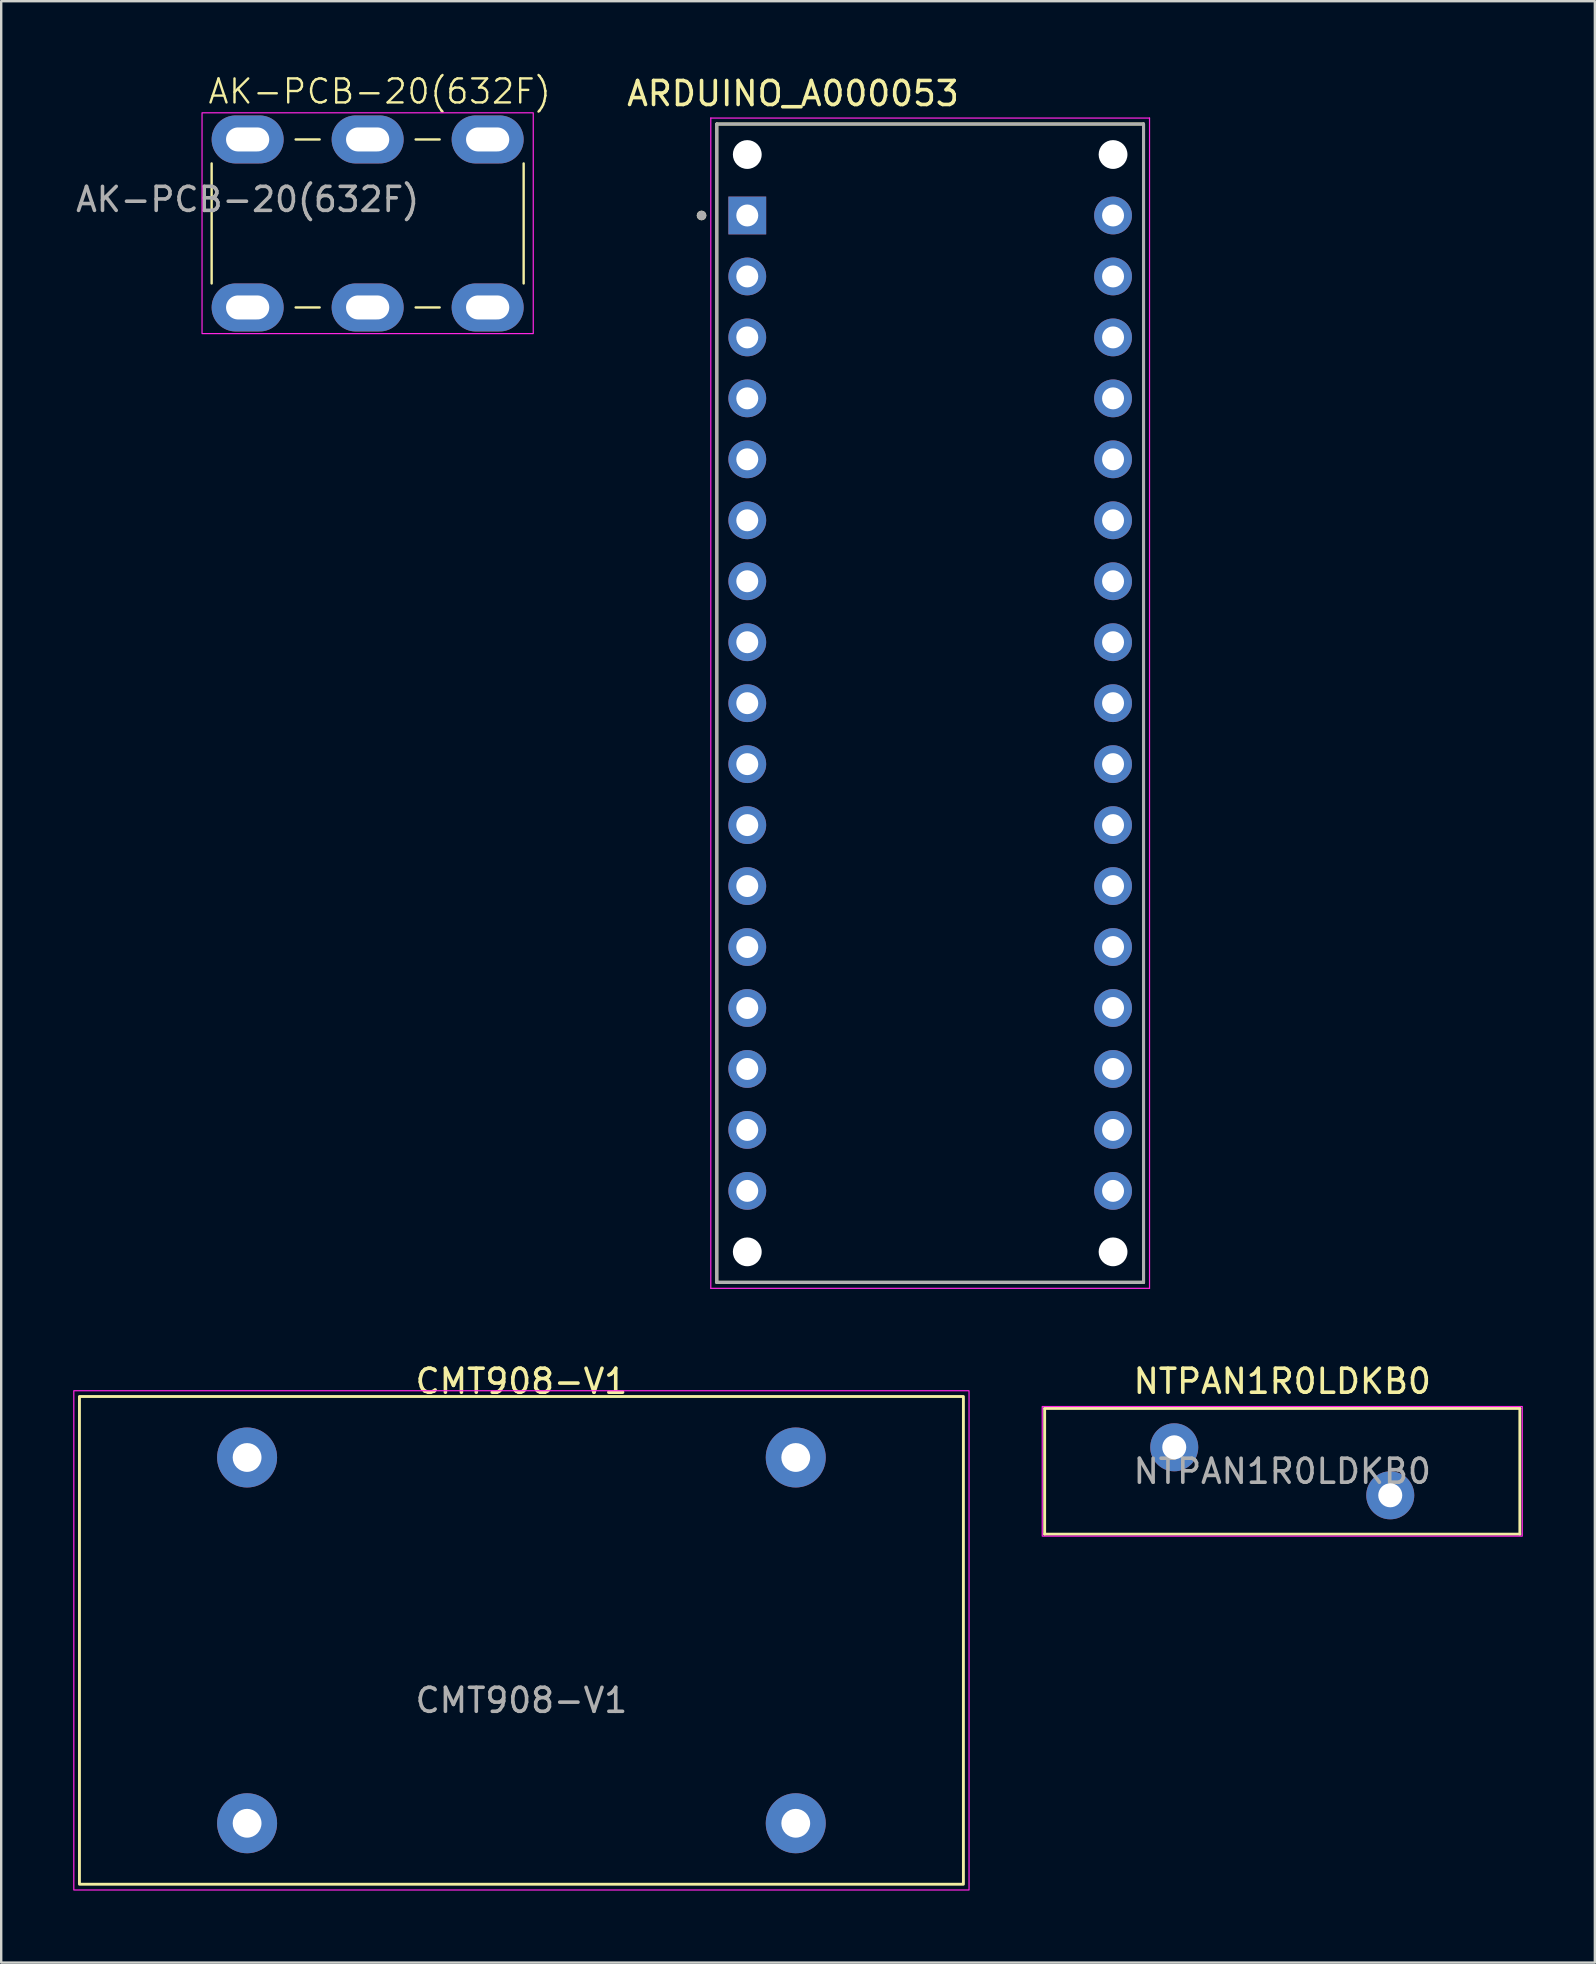
<source format=kicad_pcb>
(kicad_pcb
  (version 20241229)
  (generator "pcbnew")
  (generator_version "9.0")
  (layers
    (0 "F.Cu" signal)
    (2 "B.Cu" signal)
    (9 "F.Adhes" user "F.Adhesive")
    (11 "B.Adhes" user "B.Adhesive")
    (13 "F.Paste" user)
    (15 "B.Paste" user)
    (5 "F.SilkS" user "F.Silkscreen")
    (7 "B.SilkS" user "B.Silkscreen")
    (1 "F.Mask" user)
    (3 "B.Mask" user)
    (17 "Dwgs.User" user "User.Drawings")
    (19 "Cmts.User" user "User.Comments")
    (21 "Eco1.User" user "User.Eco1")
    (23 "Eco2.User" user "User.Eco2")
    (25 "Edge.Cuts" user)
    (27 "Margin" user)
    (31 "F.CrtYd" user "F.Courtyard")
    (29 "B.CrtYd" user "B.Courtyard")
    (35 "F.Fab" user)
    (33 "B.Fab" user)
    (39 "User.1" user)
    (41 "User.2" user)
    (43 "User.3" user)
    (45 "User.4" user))
  (footprint "NTPAN1R0LDKB0"
    (layer "F.Cu")
    (at 45.875 58.252)
    (property "Reference" "NTPAN1R0LDKB0" (at 4.5 -3.75 0) (layer "F.SilkS") (effects (font (size 1 1) (thickness 0.15))))
    (attr through_hole)
    (fp_line (start -5.4 -2.62) (end 14.4 -2.62) (stroke (width 0.12) (type solid)) (layer "F.SilkS"))
    (fp_line (start -5.4 2.62) (end -5.4 -2.62) (stroke (width 0.12) (type solid)) (layer "F.SilkS"))
    (fp_line (start 14.4 -2.62) (end 14.4 2.62) (stroke (width 0.12) (type solid)) (layer "F.SilkS"))
    (fp_line (start 14.4 2.62) (end -5.4 2.62) (stroke (width 0.12) (type solid)) (layer "F.SilkS"))
    (fp_rect (start -5.5 -2.7) (end 14.5 2.7) (stroke (width 0.05) (type solid)) (fill no) (layer "F.CrtYd"))
    (fp_text user "${REFERENCE}" (at 4.5 0 0) (layer "F.Fab") (effects (font (size 1 1) (thickness 0.15))))
    (pad "1" thru_hole circle (at 0 -1) (size 2 2) (drill 1) (layers "*.Cu" "*.Mask"))
    (pad "2" thru_hole circle (at 9 1) (size 2 2) (drill 1) (layers "*.Cu" "*.Mask")))
  (footprint "CMT908-V1"
    (layer "F.Cu")
    (at 18.675 65.296)
    (property "Reference" "CMT908-V1" (at 0 -10.795 0) (unlocked yes) (layer "F.SilkS") (effects (font (size 1 1) (thickness 0.15))))
    (attr smd)
    (fp_rect (start -18.415 -10.16) (end 18.415 10.16) (stroke (width 0.12) (type default)) (fill no) (layer "F.SilkS"))
    (fp_rect (start -18.65 -10.4) (end 18.65 10.4) (stroke (width 0.05) (type default)) (fill no) (layer "F.CrtYd"))
    (fp_text user "${REFERENCE}" (at 0 2.5 0) (unlocked yes) (layer "F.Fab") (effects (font (size 1 1) (thickness 0.15))))
    (pad "1" thru_hole circle (at -11.43 -7.62) (size 2.5 2.5) (drill 1.2) (layers "*.Cu" "*.Mask"))
    (pad "2" thru_hole circle (at -11.43 7.62) (size 2.5 2.5) (drill 1.2) (layers "*.Cu" "*.Mask"))
    (pad "3" thru_hole circle (at 11.43 -7.62) (size 2.5 2.5) (drill 1.2) (layers "*.Cu" "*.Mask"))
    (pad "4" thru_hole circle (at 11.43 7.62) (size 2.5 2.5) (drill 1.2) (layers "*.Cu" "*.Mask")))
  (footprint "ARDUINO_A000053"
    (layer "F.Cu")
    (at 35.705 26.248)
    (property "Reference" "ARDUINO_A000053" (at -5.715 -25.4 0) (layer "F.SilkS") (effects (font (size 1 1) (thickness 0.15))))
    (attr through_hole)
    (fp_line (start -8.89 -24.13) (end 8.89 -24.13) (stroke (width 0.127) (type solid)) (layer "F.SilkS"))
    (fp_line (start -8.89 24.13) (end -8.89 -24.13) (stroke (width 0.127) (type solid)) (layer "F.SilkS"))
    (fp_line (start -8.89 24.13) (end 8.89 24.13) (stroke (width 0.127) (type solid)) (layer "F.SilkS"))
    (fp_line (start 8.89 24.13) (end 8.89 -24.13) (stroke (width 0.127) (type solid)) (layer "F.SilkS"))
    (fp_circle (center -9.525 -20.32) (end -9.425 -20.32) (stroke (width 0.2) (type solid)) (fill no) (layer "F.SilkS"))
    (fp_line (start -9.14 -24.38) (end 9.14 -24.38) (stroke (width 0.05) (type solid)) (layer "F.CrtYd"))
    (fp_line (start -9.14 24.38) (end -9.14 -24.38) (stroke (width 0.05) (type solid)) (layer "F.CrtYd"))
    (fp_line (start -9.14 24.38) (end 9.14 24.38) (stroke (width 0.05) (type solid)) (layer "F.CrtYd"))
    (fp_line (start 9.14 24.38) (end 9.14 -24.38) (stroke (width 0.05) (type solid)) (layer "F.CrtYd"))
    (fp_line (start -8.89 -24.13) (end 8.89 -24.13) (stroke (width 0.127) (type solid)) (layer "F.Fab"))
    (fp_line (start -8.89 24.13) (end -8.89 -24.13) (stroke (width 0.127) (type solid)) (layer "F.Fab"))
    (fp_line (start -8.89 24.13) (end 8.89 24.13) (stroke (width 0.127) (type solid)) (layer "F.Fab"))
    (fp_line (start 8.89 24.13) (end 8.89 -24.13) (stroke (width 0.127) (type solid)) (layer "F.Fab"))
    (fp_circle (center -9.525 -20.32) (end -9.425 -20.32) (stroke (width 0.2) (type solid)) (fill no) (layer "F.Fab"))
    (pad "" np_thru_hole circle (at -7.62 -22.86) (size 1.2 1.2) (drill 1.2) (layers "*.Cu" "*.Mask"))
    (pad "" np_thru_hole circle (at -7.62 22.86) (size 1.2 1.2) (drill 1.2) (layers "*.Cu" "*.Mask"))
    (pad "" np_thru_hole circle (at 7.62 -22.86) (size 1.2 1.2) (drill 1.2) (layers "*.Cu" "*.Mask"))
    (pad "" np_thru_hole circle (at 7.62 22.86) (size 1.2 1.2) (drill 1.2) (layers "*.Cu" "*.Mask"))
    (pad "1" thru_hole rect (at -7.62 -20.32) (size 1.575 1.575) (drill 0.914) (layers "*.Cu" "*.Mask"))
    (pad "2" thru_hole circle (at -7.62 -17.78) (size 1.575 1.575) (drill 0.914) (layers "*.Cu" "*.Mask"))
    (pad "3" thru_hole circle (at -7.62 -15.24) (size 1.575 1.575) (drill 0.914) (layers "*.Cu" "*.Mask"))
    (pad "4" thru_hole circle (at -7.62 -12.7) (size 1.575 1.575) (drill 0.914) (layers "*.Cu" "*.Mask"))
    (pad "5" thru_hole circle (at -7.62 -10.16) (size 1.575 1.575) (drill 0.914) (layers "*.Cu" "*.Mask"))
    (pad "6" thru_hole circle (at -7.62 -7.62) (size 1.575 1.575) (drill 0.914) (layers "*.Cu" "*.Mask"))
    (pad "7" thru_hole circle (at -7.62 -5.08) (size 1.575 1.575) (drill 0.914) (layers "*.Cu" "*.Mask"))
    (pad "8" thru_hole circle (at -7.62 -2.54) (size 1.575 1.575) (drill 0.914) (layers "*.Cu" "*.Mask"))
    (pad "9" thru_hole circle (at -7.62 0) (size 1.575 1.575) (drill 0.914) (layers "*.Cu" "*.Mask"))
    (pad "10" thru_hole circle (at -7.62 2.54) (size 1.575 1.575) (drill 0.914) (layers "*.Cu" "*.Mask"))
    (pad "11" thru_hole circle (at -7.62 5.08) (size 1.575 1.575) (drill 0.914) (layers "*.Cu" "*.Mask"))
    (pad "12" thru_hole circle (at -7.62 7.62) (size 1.575 1.575) (drill 0.914) (layers "*.Cu" "*.Mask"))
    (pad "13" thru_hole circle (at -7.62 10.16) (size 1.575 1.575) (drill 0.914) (layers "*.Cu" "*.Mask"))
    (pad "14" thru_hole circle (at -7.62 12.7) (size 1.575 1.575) (drill 0.914) (layers "*.Cu" "*.Mask"))
    (pad "15" thru_hole circle (at -7.62 15.24) (size 1.575 1.575) (drill 0.914) (layers "*.Cu" "*.Mask"))
    (pad "16" thru_hole circle (at -7.62 17.78) (size 1.575 1.575) (drill 0.914) (layers "*.Cu" "*.Mask"))
    (pad "17" thru_hole circle (at -7.62 20.32) (size 1.575 1.575) (drill 0.914) (layers "*.Cu" "*.Mask"))
    (pad "18" thru_hole circle (at 7.62 20.32) (size 1.575 1.575) (drill 0.914) (layers "*.Cu" "*.Mask"))
    (pad "19" thru_hole circle (at 7.62 17.78) (size 1.575 1.575) (drill 0.914) (layers "*.Cu" "*.Mask"))
    (pad "20" thru_hole circle (at 7.62 15.24) (size 1.575 1.575) (drill 0.914) (layers "*.Cu" "*.Mask"))
    (pad "21" thru_hole circle (at 7.62 12.7) (size 1.575 1.575) (drill 0.914) (layers "*.Cu" "*.Mask"))
    (pad "22" thru_hole circle (at 7.62 10.16) (size 1.575 1.575) (drill 0.914) (layers "*.Cu" "*.Mask"))
    (pad "23" thru_hole circle (at 7.62 7.62) (size 1.575 1.575) (drill 0.914) (layers "*.Cu" "*.Mask"))
    (pad "24" thru_hole circle (at 7.62 5.08) (size 1.575 1.575) (drill 0.914) (layers "*.Cu" "*.Mask"))
    (pad "25" thru_hole circle (at 7.62 2.54) (size 1.575 1.575) (drill 0.914) (layers "*.Cu" "*.Mask"))
    (pad "26" thru_hole circle (at 7.62 0) (size 1.575 1.575) (drill 0.914) (layers "*.Cu" "*.Mask"))
    (pad "27" thru_hole circle (at 7.62 -2.54) (size 1.575 1.575) (drill 0.914) (layers "*.Cu" "*.Mask"))
    (pad "28" thru_hole circle (at 7.62 -5.08) (size 1.575 1.575) (drill 0.914) (layers "*.Cu" "*.Mask"))
    (pad "29" thru_hole circle (at 7.62 -7.62) (size 1.575 1.575) (drill 0.914) (layers "*.Cu" "*.Mask"))
    (pad "30" thru_hole circle (at 7.62 -10.16) (size 1.575 1.575) (drill 0.914) (layers "*.Cu" "*.Mask"))
    (pad "31" thru_hole circle (at 7.62 -12.7) (size 1.575 1.575) (drill 0.914) (layers "*.Cu" "*.Mask"))
    (pad "32" thru_hole circle (at 7.62 -15.24) (size 1.575 1.575) (drill 0.914) (layers "*.Cu" "*.Mask"))
    (pad "33" thru_hole circle (at 7.62 -17.78) (size 1.575 1.575) (drill 0.914) (layers "*.Cu" "*.Mask"))
    (pad "34" thru_hole circle (at 7.62 -20.32) (size 1.575 1.575) (drill 0.914) (layers "*.Cu" "*.Mask")))
  (footprint "AK-PCB-20(632F)"
    (layer "F.Cu")
    (at 7.268 2.76)
    (property "Reference" "AK-PCB-20(632F)" (at 5.5 -2 0) (unlocked yes) (layer "F.SilkS") (effects (font (size 1 1) (thickness 0.1))))
    (attr smd)
    (fp_line (start -1.5 1) (end -1.5 6) (stroke (width 0.1) (type default)) (layer "F.SilkS"))
    (fp_line (start 2 0) (end 3 0) (stroke (width 0.1) (type default)) (layer "F.SilkS"))
    (fp_line (start 2 7) (end 3 7) (stroke (width 0.1) (type default)) (layer "F.SilkS"))
    (fp_line (start 7 0) (end 8 0) (stroke (width 0.1) (type default)) (layer "F.SilkS"))
    (fp_line (start 7 7) (end 8 7) (stroke (width 0.1) (type default)) (layer "F.SilkS"))
    (fp_line (start 11.5 1) (end 11.5 6) (stroke (width 0.1) (type default)) (layer "F.SilkS"))
    (fp_rect (start -1.9 -1.11) (end 11.9 8.09) (stroke (width 0.05) (type default)) (fill no) (layer "F.CrtYd"))
    (fp_text user "${REFERENCE}" (at 0 2.5 0) (unlocked yes) (layer "F.Fab") (effects (font (size 1 1) (thickness 0.15))))
    (pad "1" thru_hole oval (at 0 0) (size 3 2) (drill oval 1.8 1) (layers "*.Cu" "*.Mask"))
    (pad "1" thru_hole oval (at 0 7) (size 3 2) (drill oval 1.8 1) (layers "*.Cu" "*.Mask"))
    (pad "1" thru_hole oval (at 5 0) (size 3 2) (drill oval 1.8 1) (layers "*.Cu" "*.Mask"))
    (pad "1" thru_hole oval (at 5 7) (size 3 2) (drill oval 1.8 1) (layers "*.Cu" "*.Mask"))
    (pad "1" thru_hole oval (at 10 0) (size 3 2) (drill oval 1.8 1) (layers "*.Cu" "*.Mask"))
    (pad "1" thru_hole oval (at 10 7) (size 3 2) (drill oval 1.8 1) (layers "*.Cu" "*.Mask")))
  (gr_rect
    (start -3 -3)
    (end 63.4 78.722)
    (stroke (width 0.1) (type default))
    (fill no)
    (layer "Edge.Cuts")))
</source>
